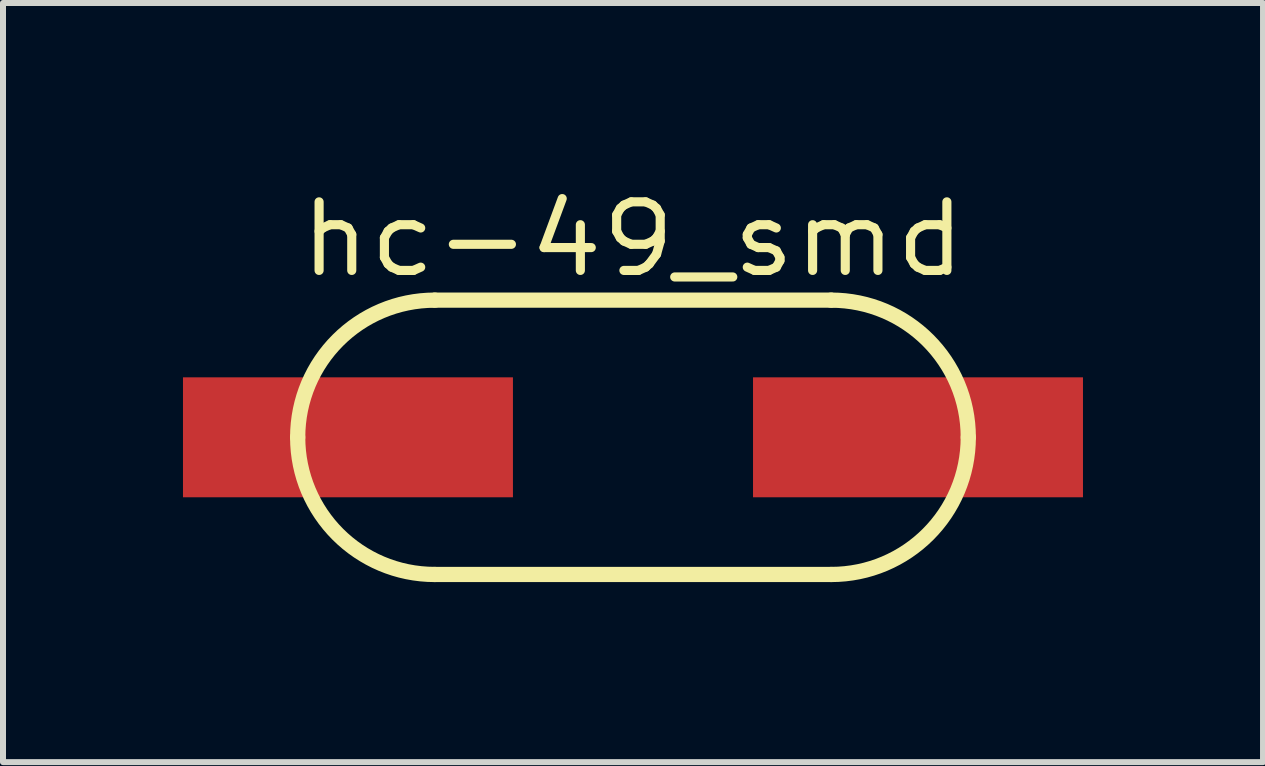
<source format=kicad_pcb>
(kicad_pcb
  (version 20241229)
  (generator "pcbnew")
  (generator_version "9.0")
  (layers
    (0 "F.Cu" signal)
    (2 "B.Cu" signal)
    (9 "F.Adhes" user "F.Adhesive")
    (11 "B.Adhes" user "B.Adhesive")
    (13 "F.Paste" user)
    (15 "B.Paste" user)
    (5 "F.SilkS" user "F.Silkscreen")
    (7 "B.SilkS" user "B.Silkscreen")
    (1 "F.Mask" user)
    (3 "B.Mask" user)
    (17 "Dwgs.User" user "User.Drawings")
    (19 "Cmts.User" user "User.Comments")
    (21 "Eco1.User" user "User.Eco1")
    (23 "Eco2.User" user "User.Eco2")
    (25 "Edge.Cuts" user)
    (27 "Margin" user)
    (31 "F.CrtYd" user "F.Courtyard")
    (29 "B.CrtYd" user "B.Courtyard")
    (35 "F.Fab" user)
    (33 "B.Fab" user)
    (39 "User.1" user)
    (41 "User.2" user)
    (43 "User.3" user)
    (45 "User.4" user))
  (footprint "hc-49_smd"
    (layer "F.Cu")
    (at 7.499 4.238)
    (property "Reference" "hc-49_smd" (at 0 -3.302 0) (layer "F.SilkS") (effects (font (size 1.143 1.27) (thickness 0.152))))
    (attr through_hole)
    (fp_line (start -3.302 -2.286) (end 3.302 -2.286) (stroke (width 0.254) (type solid)) (layer "F.SilkS"))
    (fp_line (start 3.302 2.286) (end -3.302 2.286) (stroke (width 0.254) (type solid)) (layer "F.SilkS"))
    (fp_arc (start -5.588 0) (mid -4.918446 -1.616446) (end -3.302 -2.286) (stroke (width 0.254) (type solid)) (layer "F.SilkS"))
    (fp_arc (start -3.302 2.286) (mid -4.918446 1.616446) (end -5.588 0) (stroke (width 0.254) (type solid)) (layer "F.SilkS"))
    (fp_arc (start 3.302 -2.286) (mid 4.918446 -1.616446) (end 5.588 0) (stroke (width 0.254) (type solid)) (layer "F.SilkS"))
    (fp_arc (start 5.588 0) (mid 4.918446 1.616446) (end 3.302 2.286) (stroke (width 0.254) (type solid)) (layer "F.SilkS"))
    (pad "1" smd rect (at -4.75 0) (size 5.499 1.999) (layers "F.Cu" "F.Mask" "F.Paste"))
    (pad "2" smd rect (at 4.75 0) (size 5.499 1.999) (layers "F.Cu" "F.Mask" "F.Paste")))
  (gr_rect
    (start -3 -3)
    (end 17.999 9.651)
    (stroke (width 0.1) (type default))
    (fill no)
    (layer "Edge.Cuts")))
</source>
